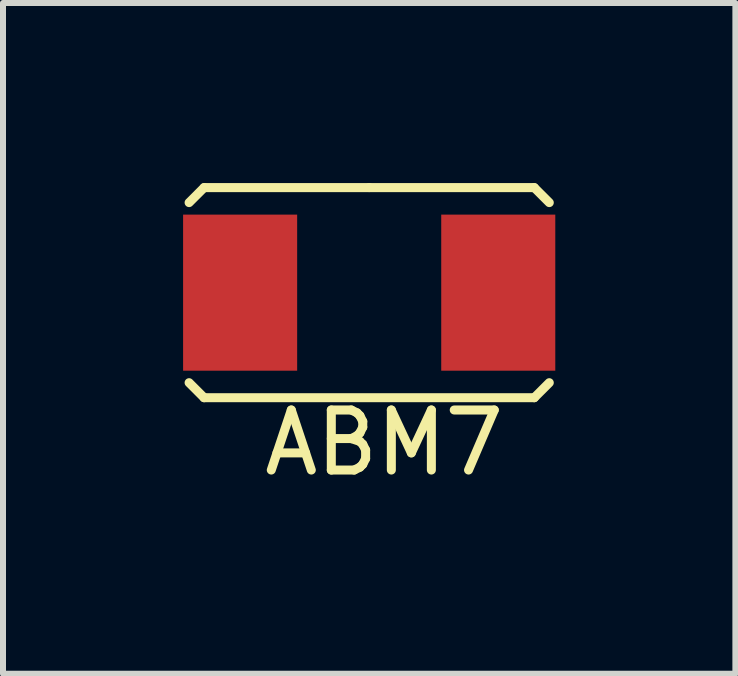
<source format=kicad_pcb>
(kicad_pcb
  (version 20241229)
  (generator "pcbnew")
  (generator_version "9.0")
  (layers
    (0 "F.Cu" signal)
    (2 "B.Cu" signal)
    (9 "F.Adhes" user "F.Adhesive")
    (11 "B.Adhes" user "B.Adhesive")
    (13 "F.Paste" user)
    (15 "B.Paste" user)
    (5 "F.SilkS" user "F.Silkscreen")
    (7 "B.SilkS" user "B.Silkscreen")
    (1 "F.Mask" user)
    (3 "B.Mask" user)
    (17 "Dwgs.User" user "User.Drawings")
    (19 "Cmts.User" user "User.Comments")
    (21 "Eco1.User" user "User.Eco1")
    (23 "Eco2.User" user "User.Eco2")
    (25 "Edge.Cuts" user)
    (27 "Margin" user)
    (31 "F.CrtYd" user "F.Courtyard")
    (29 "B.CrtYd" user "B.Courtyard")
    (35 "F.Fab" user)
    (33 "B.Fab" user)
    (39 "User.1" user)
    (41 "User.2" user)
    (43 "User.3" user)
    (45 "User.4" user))
  (footprint "ABM7"
    (layer "F.Cu")
    (at 3.1 1.825)
    (property "Reference" "ABM7" (at 0.25 2.5 0) (layer "F.SilkS") (effects (font (size 1 1) (thickness 0.15))))
    (attr through_hole)
    (fp_line (start -3 1.5) (end -2.75 1.75) (stroke (width 0.15) (type solid)) (layer "F.SilkS"))
    (fp_line (start -2.75 -1.75) (end -3 -1.5) (stroke (width 0.15) (type solid)) (layer "F.SilkS"))
    (fp_line (start -2.75 1.75) (end 2.75 1.75) (stroke (width 0.15) (type solid)) (layer "F.SilkS"))
    (fp_line (start 0 -1.75) (end -2.75 -1.75) (stroke (width 0.15) (type solid)) (layer "F.SilkS"))
    (fp_line (start 0 -1.75) (end 2.75 -1.75) (stroke (width 0.15) (type solid)) (layer "F.SilkS"))
    (fp_line (start 2.75 -1.75) (end 3 -1.5) (stroke (width 0.15) (type solid)) (layer "F.SilkS"))
    (fp_line (start 2.75 1.75) (end 3 1.5) (stroke (width 0.15) (type solid)) (layer "F.SilkS"))
    (pad "1" smd rect (at -2.15 0) (size 1.9 2.6) (layers "F.Cu" "F.Mask" "F.Paste"))
    (pad "2" smd rect (at 2.15 0) (size 1.9 2.6) (layers "F.Cu" "F.Mask" "F.Paste")))
  (gr_rect
    (start -3 -3)
    (end 9.2 8.173)
    (stroke (width 0.1) (type default))
    (fill no)
    (layer "Edge.Cuts")))
</source>
